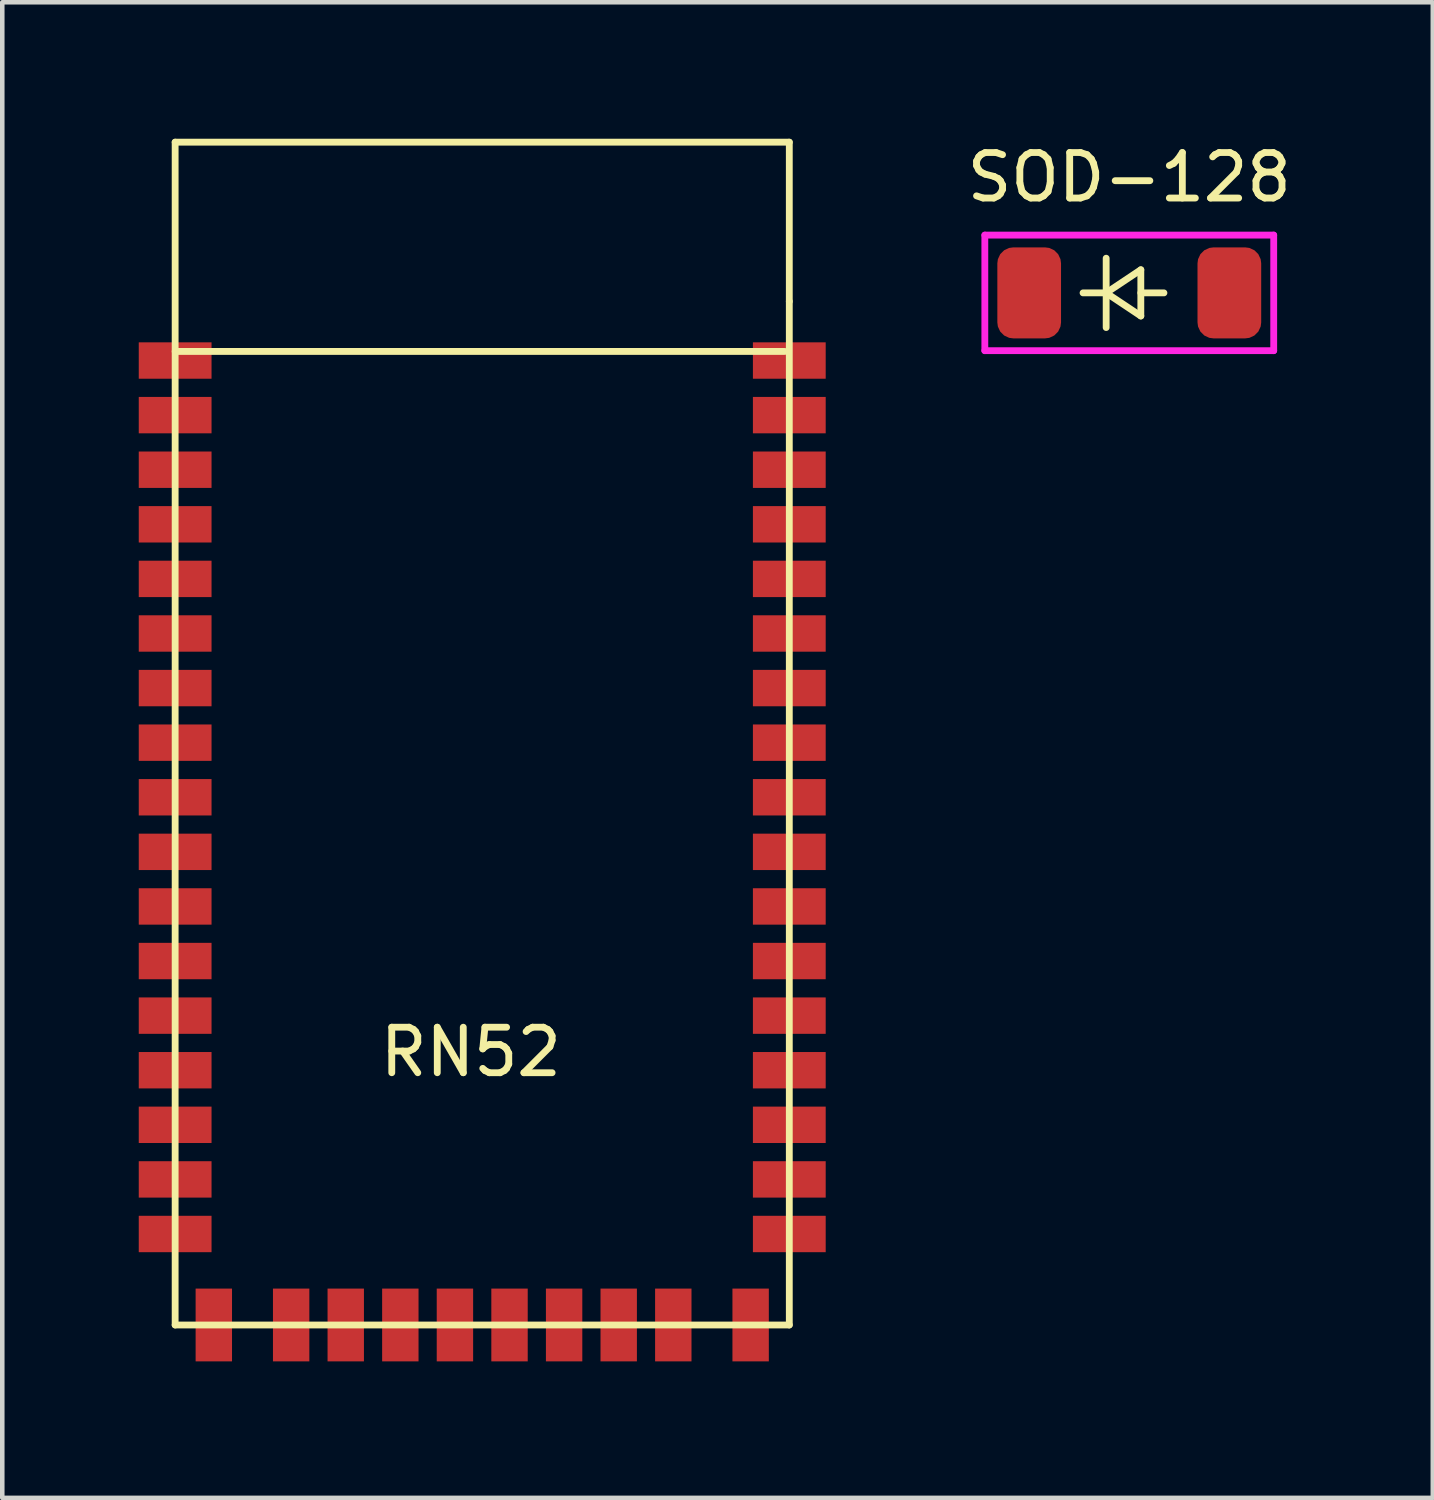
<source format=kicad_pcb>
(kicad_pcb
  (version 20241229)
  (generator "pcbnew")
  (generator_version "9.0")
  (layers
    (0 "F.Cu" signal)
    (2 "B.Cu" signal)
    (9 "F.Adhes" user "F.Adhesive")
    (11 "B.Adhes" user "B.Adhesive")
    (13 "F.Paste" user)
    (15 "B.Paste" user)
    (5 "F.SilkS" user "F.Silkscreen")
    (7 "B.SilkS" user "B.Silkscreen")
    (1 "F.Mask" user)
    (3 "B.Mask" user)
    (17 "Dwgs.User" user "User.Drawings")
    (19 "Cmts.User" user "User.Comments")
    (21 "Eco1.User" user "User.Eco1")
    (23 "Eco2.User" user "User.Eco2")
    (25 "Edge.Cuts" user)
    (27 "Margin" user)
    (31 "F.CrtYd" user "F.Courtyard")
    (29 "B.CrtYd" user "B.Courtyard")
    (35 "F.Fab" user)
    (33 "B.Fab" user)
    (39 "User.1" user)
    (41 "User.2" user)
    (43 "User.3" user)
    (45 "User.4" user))
  (footprint "SOD-128"
    (layer "F.Cu")
    (at 21.773 3.388)
    (property "Reference" "SOD-128" (at 0 -2.54 0) (layer "F.SilkS") (effects (font (size 1 1) (thickness 0.15))))
    (attr through_hole)
    (fp_line (start -0.508 -0.762) (end -0.508 0.762) (stroke (width 0.15) (type solid)) (layer "F.SilkS"))
    (fp_line (start -0.508 0) (end -1.016 0) (stroke (width 0.15) (type solid)) (layer "F.SilkS"))
    (fp_line (start -0.508 0) (end 0.254 -0.508) (stroke (width 0.15) (type solid)) (layer "F.SilkS"))
    (fp_line (start 0.254 -0.508) (end 0.254 0.508) (stroke (width 0.15) (type solid)) (layer "F.SilkS"))
    (fp_line (start 0.254 0.508) (end -0.508 0) (stroke (width 0.15) (type solid)) (layer "F.SilkS"))
    (fp_line (start 0.762 0) (end 0.254 0) (stroke (width 0.15) (type solid)) (layer "F.SilkS"))
    (fp_line (start -3.175 -1.27) (end 3.175 -1.27) (stroke (width 0.15) (type solid)) (layer "F.CrtYd"))
    (fp_line (start -3.175 1.27) (end -3.175 -1.27) (stroke (width 0.15) (type solid)) (layer "F.CrtYd"))
    (fp_line (start 3.175 -1.27) (end 3.175 1.27) (stroke (width 0.15) (type solid)) (layer "F.CrtYd"))
    (fp_line (start 3.175 1.27) (end -3.175 1.27) (stroke (width 0.15) (type solid)) (layer "F.CrtYd"))
    (pad "1" smd roundrect (at -2.2 0) (size 1.4 2) (layers "F.Cu" "F.Mask" "F.Paste") (roundrect_rratio 0.25))
    (pad "2" smd roundrect (at 2.2 0) (size 1.4 2) (layers "F.Cu" "F.Mask" "F.Paste") (roundrect_rratio 0.25)))
  (footprint "RN52"
    (layer "F.Cu")
    (at 0.8 26.075)
    (property "Reference" "RN52" (at 6.5 -6 0) (layer "F.SilkS") (effects (font (size 1 1) (thickness 0.15))))
    (attr through_hole)
    (fp_line (start 0 -26) (end 0 0) (stroke (width 0.15) (type solid)) (layer "F.SilkS"))
    (fp_line (start 0 -21.4) (end 13.4 -21.4) (stroke (width 0.15) (type solid)) (layer "F.SilkS"))
    (fp_line (start 0 0) (end 13.5 0) (stroke (width 0.15) (type solid)) (layer "F.SilkS"))
    (fp_line (start 13.5 -26) (end 0 -26) (stroke (width 0.15) (type solid)) (layer "F.SilkS"))
    (fp_line (start 13.5 -22.5) (end 13.5 -26) (stroke (width 0.15) (type solid)) (layer "F.SilkS"))
    (fp_line (start 13.5 0) (end 13.5 -22.5) (stroke (width 0.15) (type solid)) (layer "F.SilkS"))
    (pad "1" smd rect (at 0 -21.2) (size 1.6 0.8) (layers "F.Cu" "F.Mask" "F.Paste"))
    (pad "2" smd rect (at 0 -20) (size 1.6 0.8) (layers "F.Cu" "F.Mask" "F.Paste"))
    (pad "3" smd rect (at 0 -18.8) (size 1.6 0.8) (layers "F.Cu" "F.Mask" "F.Paste"))
    (pad "4" smd rect (at 0 -17.6) (size 1.6 0.8) (layers "F.Cu" "F.Mask" "F.Paste"))
    (pad "5" smd rect (at 0 -16.4) (size 1.6 0.8) (layers "F.Cu" "F.Mask" "F.Paste"))
    (pad "6" smd rect (at 0 -15.2) (size 1.6 0.8) (layers "F.Cu" "F.Mask" "F.Paste"))
    (pad "7" smd rect (at 0 -14) (size 1.6 0.8) (layers "F.Cu" "F.Mask" "F.Paste"))
    (pad "8" smd rect (at 0 -12.8) (size 1.6 0.8) (layers "F.Cu" "F.Mask" "F.Paste"))
    (pad "9" smd rect (at 0 -11.6) (size 1.6 0.8) (layers "F.Cu" "F.Mask" "F.Paste"))
    (pad "10" smd rect (at 0 -10.4) (size 1.6 0.8) (layers "F.Cu" "F.Mask" "F.Paste"))
    (pad "11" smd rect (at 0 -9.2) (size 1.6 0.8) (layers "F.Cu" "F.Mask" "F.Paste"))
    (pad "12" smd rect (at 0 -8) (size 1.6 0.8) (layers "F.Cu" "F.Mask" "F.Paste"))
    (pad "13" smd rect (at 0 -6.8) (size 1.6 0.8) (layers "F.Cu" "F.Mask" "F.Paste"))
    (pad "14" smd rect (at 0 -5.6) (size 1.6 0.8) (layers "F.Cu" "F.Mask" "F.Paste"))
    (pad "15" smd rect (at 0 -4.4) (size 1.6 0.8) (layers "F.Cu" "F.Mask" "F.Paste"))
    (pad "16" smd rect (at 0 -3.2) (size 1.6 0.8) (layers "F.Cu" "F.Mask" "F.Paste"))
    (pad "17" smd rect (at 0 -2) (size 1.6 0.8) (layers "F.Cu" "F.Mask" "F.Paste"))
    (pad "18" smd rect (at 0.85 0) (size 0.8 1.6) (layers "F.Cu" "F.Mask" "F.Paste"))
    (pad "19" smd rect (at 2.55 0) (size 0.8 1.6) (layers "F.Cu" "F.Mask" "F.Paste"))
    (pad "20" smd rect (at 3.75 0) (size 0.8 1.6) (layers "F.Cu" "F.Mask" "F.Paste"))
    (pad "21" smd rect (at 4.95 0) (size 0.8 1.6) (layers "F.Cu" "F.Mask" "F.Paste"))
    (pad "22" smd rect (at 6.15 0) (size 0.8 1.6) (layers "F.Cu" "F.Mask" "F.Paste"))
    (pad "23" smd rect (at 7.35 0) (size 0.8 1.6) (layers "F.Cu" "F.Mask" "F.Paste"))
    (pad "24" smd rect (at 8.55 0) (size 0.8 1.6) (layers "F.Cu" "F.Mask" "F.Paste"))
    (pad "25" smd rect (at 9.75 0) (size 0.8 1.6) (layers "F.Cu" "F.Mask" "F.Paste"))
    (pad "26" smd rect (at 10.95 0) (size 0.8 1.6) (layers "F.Cu" "F.Mask" "F.Paste"))
    (pad "27" smd rect (at 12.65 0) (size 0.8 1.6) (layers "F.Cu" "F.Mask" "F.Paste"))
    (pad "28" smd rect (at 13.5 -2) (size 1.6 0.8) (layers "F.Cu" "F.Mask" "F.Paste"))
    (pad "29" smd rect (at 13.5 -3.2) (size 1.6 0.8) (layers "F.Cu" "F.Mask" "F.Paste"))
    (pad "30" smd rect (at 13.5 -4.4) (size 1.6 0.8) (layers "F.Cu" "F.Mask" "F.Paste"))
    (pad "31" smd rect (at 13.5 -5.6) (size 1.6 0.8) (layers "F.Cu" "F.Mask" "F.Paste"))
    (pad "32" smd rect (at 13.5 -6.8) (size 1.6 0.8) (layers "F.Cu" "F.Mask" "F.Paste"))
    (pad "33" smd rect (at 13.5 -8) (size 1.6 0.8) (layers "F.Cu" "F.Mask" "F.Paste"))
    (pad "34" smd rect (at 13.5 -9.2) (size 1.6 0.8) (layers "F.Cu" "F.Mask" "F.Paste"))
    (pad "35" smd rect (at 13.5 -10.4) (size 1.6 0.8) (layers "F.Cu" "F.Mask" "F.Paste"))
    (pad "36" smd rect (at 13.5 -11.6) (size 1.6 0.8) (layers "F.Cu" "F.Mask" "F.Paste"))
    (pad "37" smd rect (at 13.5 -12.8) (size 1.6 0.8) (layers "F.Cu" "F.Mask" "F.Paste"))
    (pad "38" smd rect (at 13.5 -14) (size 1.6 0.8) (layers "F.Cu" "F.Mask" "F.Paste"))
    (pad "39" smd rect (at 13.5 -15.2) (size 1.6 0.8) (layers "F.Cu" "F.Mask" "F.Paste"))
    (pad "40" smd rect (at 13.5 -16.4) (size 1.6 0.8) (layers "F.Cu" "F.Mask" "F.Paste"))
    (pad "41" smd rect (at 13.5 -17.6) (size 1.6 0.8) (layers "F.Cu" "F.Mask" "F.Paste"))
    (pad "42" smd rect (at 13.5 -18.8) (size 1.6 0.8) (layers "F.Cu" "F.Mask" "F.Paste"))
    (pad "43" smd rect (at 13.5 -20) (size 1.6 0.8) (layers "F.Cu" "F.Mask" "F.Paste"))
    (pad "44" smd rect (at 13.5 -21.2) (size 1.6 0.8) (layers "F.Cu" "F.Mask" "F.Paste")))
  (gr_rect
    (start -3 -3)
    (end 28.445 29.875)
    (stroke (width 0.1) (type default))
    (fill no)
    (layer "Edge.Cuts")))
</source>
